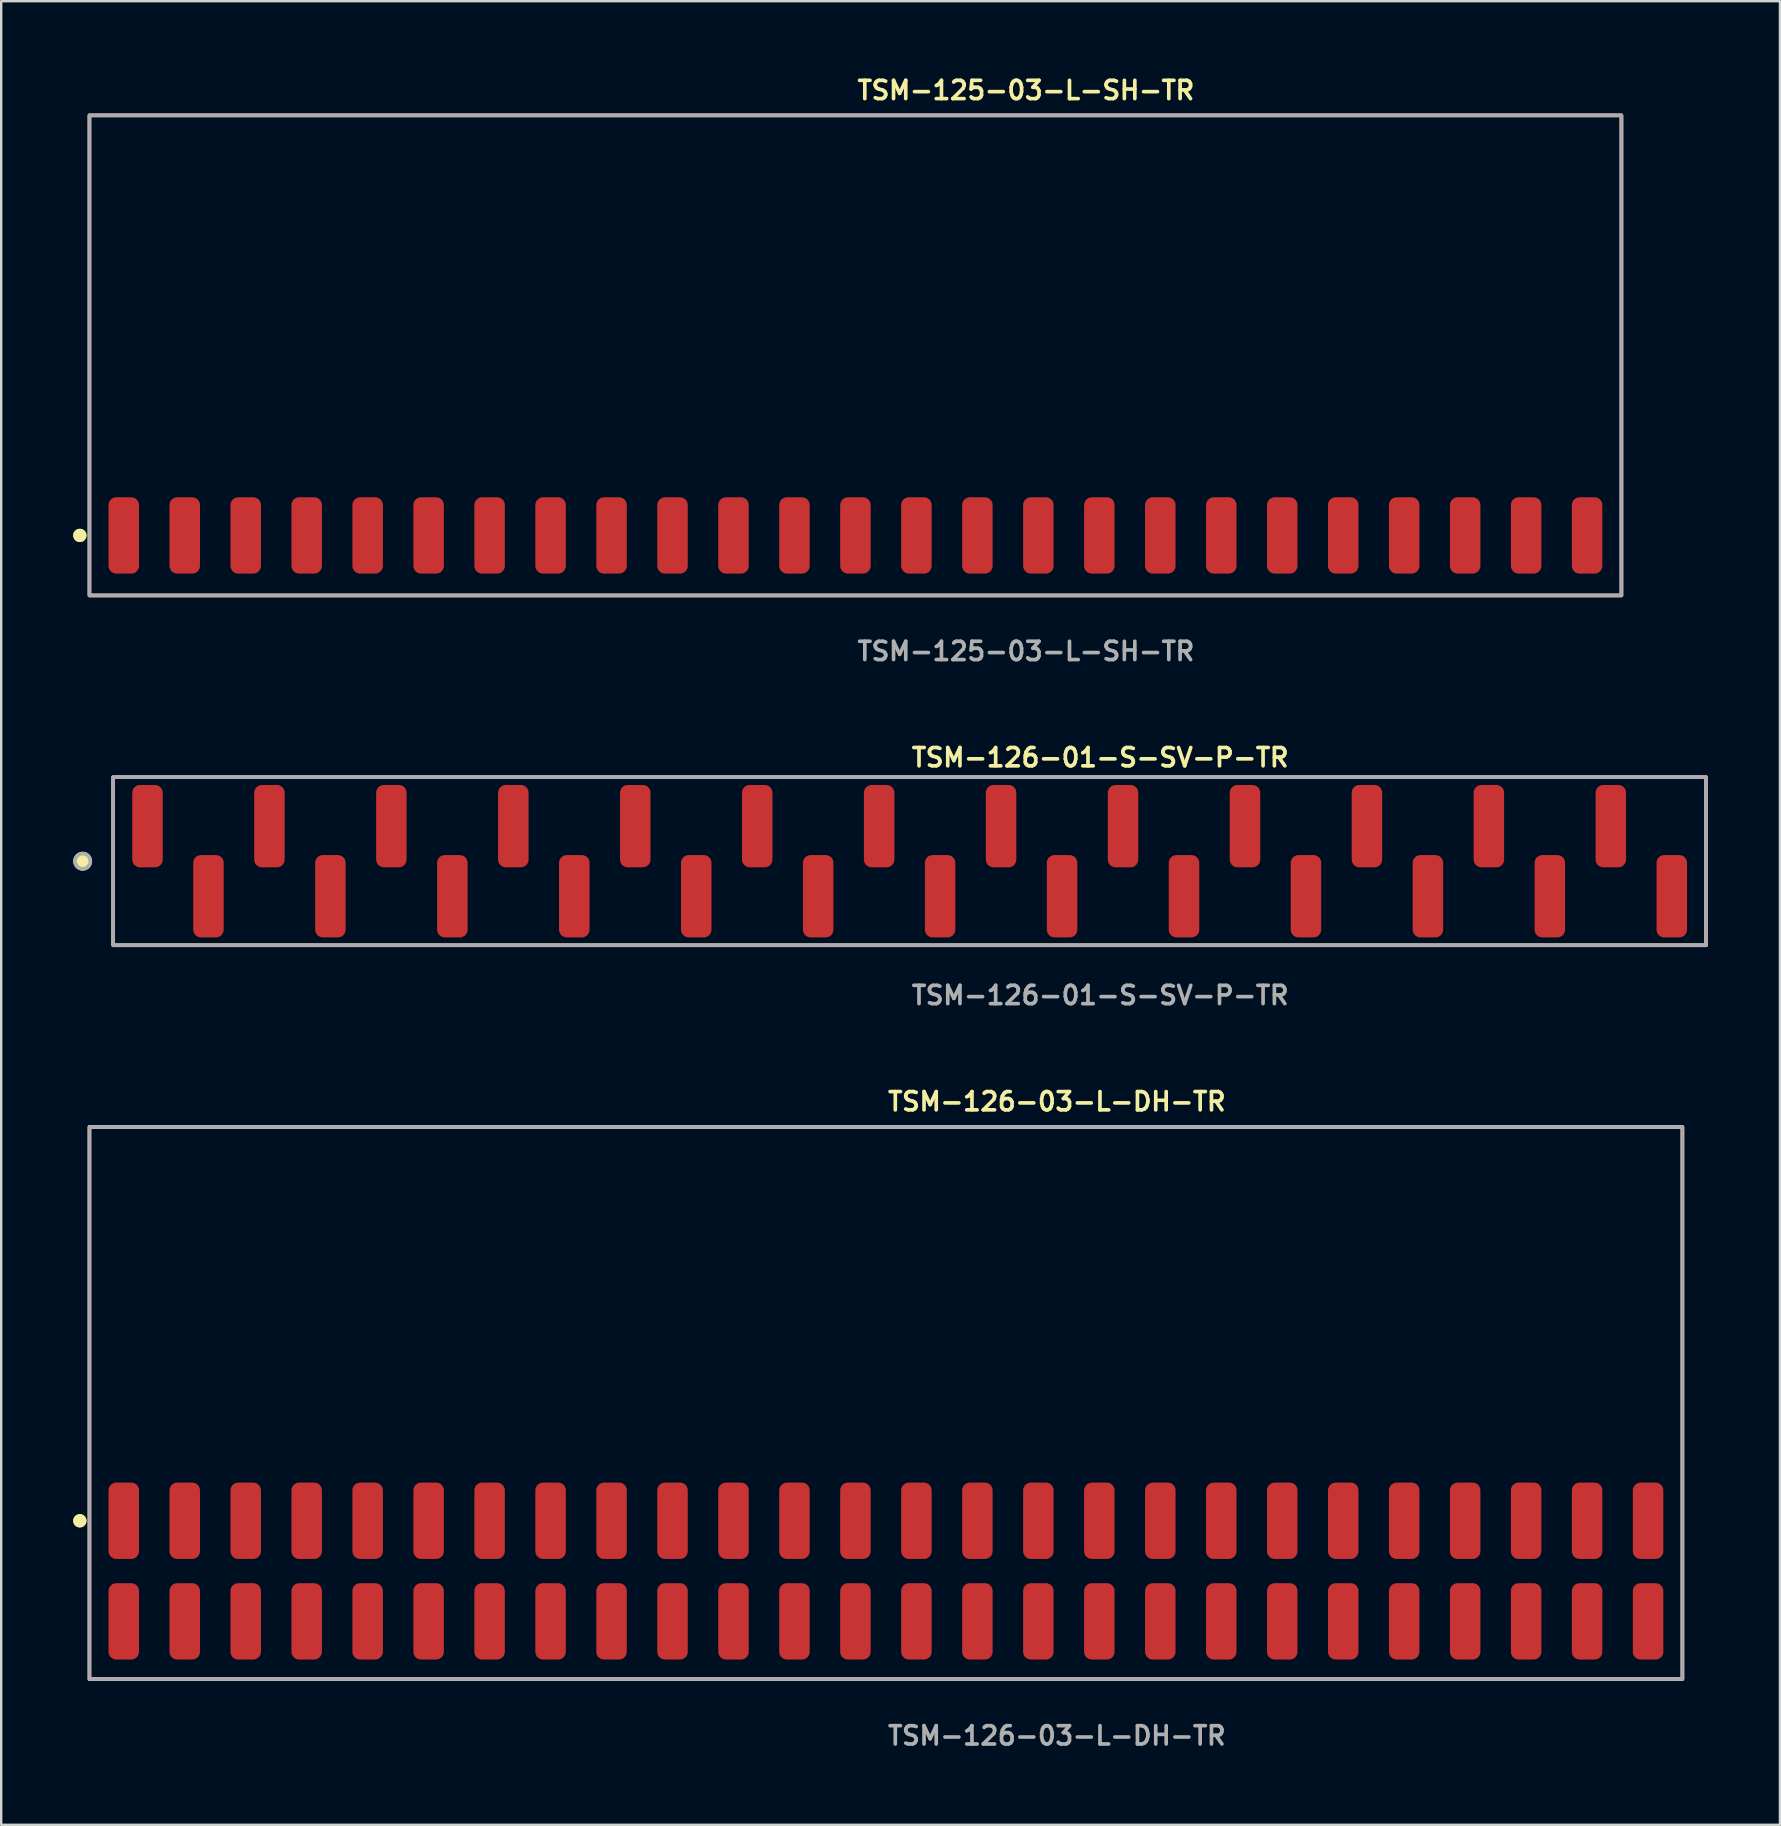
<source format=kicad_pcb>
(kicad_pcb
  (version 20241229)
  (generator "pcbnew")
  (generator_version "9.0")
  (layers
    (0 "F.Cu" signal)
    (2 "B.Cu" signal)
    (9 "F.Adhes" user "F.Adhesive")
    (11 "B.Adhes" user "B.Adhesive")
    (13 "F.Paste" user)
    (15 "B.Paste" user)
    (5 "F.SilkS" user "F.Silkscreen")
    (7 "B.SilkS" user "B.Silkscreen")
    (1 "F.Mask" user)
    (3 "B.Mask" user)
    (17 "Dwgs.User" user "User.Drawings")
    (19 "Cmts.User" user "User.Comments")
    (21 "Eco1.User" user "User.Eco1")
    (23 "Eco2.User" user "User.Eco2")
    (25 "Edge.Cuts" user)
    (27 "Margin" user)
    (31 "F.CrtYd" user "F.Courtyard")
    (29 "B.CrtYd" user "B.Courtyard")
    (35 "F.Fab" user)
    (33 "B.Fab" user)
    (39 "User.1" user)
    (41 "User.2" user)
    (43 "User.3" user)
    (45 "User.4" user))
  (footprint "TSM-125-03-L-SH-TR"
    (layer "F.Cu")
    (at 32.586 19.255)
    (property "Reference" "TSM-125-03-L-SH-TR" (at 0 -18.542 0) (unlocked yes) (layer "F.SilkS") (effects (font (size 0.762 0.762) (thickness 0.152)) (justify left)))
    (fp_rect (start -31.91 2.5) (end 31.91 -17.5) (stroke (width 0.152) (type solid)) (fill no) (layer "F.SilkS"))
    (fp_circle (center -32.31 0) (end -32.51 0) (stroke (width 0.152) (type solid)) (fill yes) (layer "F.SilkS"))
    (fp_circle (center -32.31 0) (end -32.51 0) (stroke (width 0.152) (type solid)) (fill yes) (layer "F.SilkS"))
    (fp_rect (start -31.91 2.5) (end 31.91 -17.5) (stroke (width 0.006) (type solid)) (fill no) (layer "F.CrtYd"))
    (fp_rect (start -31.91 2.5) (end 31.91 -17.5) (stroke (width 0.152) (type solid)) (fill no) (layer "F.Fab"))
    (fp_text user "${REFERENCE}" (at 0 4.826 0) (unlocked yes) (layer "F.Fab") (effects (font (size 0.762 0.762) (thickness 0.152)) (justify left)))
    (pad "1" smd roundrect (at -30.48 0) (size 1.27 3.18) (layers "F.Cu" "F.Paste") (roundrect_rratio 0.25))
    (pad "2" smd roundrect (at -27.94 0) (size 1.27 3.18) (layers "F.Cu" "F.Paste") (roundrect_rratio 0.25))
    (pad "3" smd roundrect (at -25.4 0) (size 1.27 3.18) (layers "F.Cu" "F.Paste") (roundrect_rratio 0.25))
    (pad "4" smd roundrect (at -22.86 0) (size 1.27 3.18) (layers "F.Cu" "F.Paste") (roundrect_rratio 0.25))
    (pad "5" smd roundrect (at -20.32 0) (size 1.27 3.18) (layers "F.Cu" "F.Paste") (roundrect_rratio 0.25))
    (pad "6" smd roundrect (at -17.78 0) (size 1.27 3.18) (layers "F.Cu" "F.Paste") (roundrect_rratio 0.25))
    (pad "7" smd roundrect (at -15.24 0) (size 1.27 3.18) (layers "F.Cu" "F.Paste") (roundrect_rratio 0.25))
    (pad "8" smd roundrect (at -12.7 0) (size 1.27 3.18) (layers "F.Cu" "F.Paste") (roundrect_rratio 0.25))
    (pad "9" smd roundrect (at -10.16 0) (size 1.27 3.18) (layers "F.Cu" "F.Paste") (roundrect_rratio 0.25))
    (pad "10" smd roundrect (at -7.62 0) (size 1.27 3.18) (layers "F.Cu" "F.Paste") (roundrect_rratio 0.25))
    (pad "11" smd roundrect (at -5.08 0) (size 1.27 3.18) (layers "F.Cu" "F.Paste") (roundrect_rratio 0.25))
    (pad "12" smd roundrect (at -2.54 0) (size 1.27 3.18) (layers "F.Cu" "F.Paste") (roundrect_rratio 0.25))
    (pad "13" smd roundrect (at 0 0) (size 1.27 3.18) (layers "F.Cu" "F.Paste") (roundrect_rratio 0.25))
    (pad "14" smd roundrect (at 2.54 0) (size 1.27 3.18) (layers "F.Cu" "F.Paste") (roundrect_rratio 0.25))
    (pad "15" smd roundrect (at 5.08 0) (size 1.27 3.18) (layers "F.Cu" "F.Paste") (roundrect_rratio 0.25))
    (pad "16" smd roundrect (at 7.62 0) (size 1.27 3.18) (layers "F.Cu" "F.Paste") (roundrect_rratio 0.25))
    (pad "17" smd roundrect (at 10.16 0) (size 1.27 3.18) (layers "F.Cu" "F.Paste") (roundrect_rratio 0.25))
    (pad "18" smd roundrect (at 12.7 0) (size 1.27 3.18) (layers "F.Cu" "F.Paste") (roundrect_rratio 0.25))
    (pad "19" smd roundrect (at 15.24 0) (size 1.27 3.18) (layers "F.Cu" "F.Paste") (roundrect_rratio 0.25))
    (pad "20" smd roundrect (at 17.78 0) (size 1.27 3.18) (layers "F.Cu" "F.Paste") (roundrect_rratio 0.25))
    (pad "21" smd roundrect (at 20.32 0) (size 1.27 3.18) (layers "F.Cu" "F.Paste") (roundrect_rratio 0.25))
    (pad "22" smd roundrect (at 22.86 0) (size 1.27 3.18) (layers "F.Cu" "F.Paste") (roundrect_rratio 0.25))
    (pad "23" smd roundrect (at 25.4 0) (size 1.27 3.18) (layers "F.Cu" "F.Paste") (roundrect_rratio 0.25))
    (pad "24" smd roundrect (at 27.94 0) (size 1.27 3.18) (layers "F.Cu" "F.Paste") (roundrect_rratio 0.25))
    (pad "25" smd roundrect (at 30.48 0) (size 1.27 3.18) (layers "F.Cu" "F.Paste") (roundrect_rratio 0.25)))
  (footprint "TSM-126-03-L-DH-TR"
    (layer "F.Cu")
    (at 33.856 62.398)
    (property "Reference" "TSM-126-03-L-DH-TR" (at 0 -19.558 0) (unlocked yes) (layer "F.SilkS") (effects (font (size 0.762 0.762) (thickness 0.152)) (justify left)))
    (fp_rect (start -33.18 4.5) (end 33.18 -18.5) (stroke (width 0.152) (type solid)) (fill no) (layer "F.SilkS"))
    (fp_circle (center -33.58 -2.095) (end -33.78 -2.095) (stroke (width 0.152) (type solid)) (fill yes) (layer "F.SilkS"))
    (fp_circle (center -33.58 -2.095) (end -33.78 -2.095) (stroke (width 0.152) (type solid)) (fill yes) (layer "F.SilkS"))
    (fp_rect (start -33.18 4.5) (end 33.18 -18.5) (stroke (width 0.006) (type solid)) (fill no) (layer "F.CrtYd"))
    (fp_rect (start -33.18 4.5) (end 33.18 -18.5) (stroke (width 0.152) (type solid)) (fill no) (layer "F.Fab"))
    (fp_text user "${REFERENCE}" (at 0 6.858 0) (unlocked yes) (layer "F.Fab") (effects (font (size 0.762 0.762) (thickness 0.152)) (justify left)))
    (pad "1" smd roundrect (at -31.75 2.095) (size 1.27 3.18) (layers "F.Cu" "F.Paste") (roundrect_rratio 0.25))
    (pad "2" smd roundrect (at -31.75 -2.095) (size 1.27 3.18) (layers "F.Cu" "F.Paste") (roundrect_rratio 0.25))
    (pad "3" smd roundrect (at -29.21 2.095) (size 1.27 3.18) (layers "F.Cu" "F.Paste") (roundrect_rratio 0.25))
    (pad "4" smd roundrect (at -29.21 -2.095) (size 1.27 3.18) (layers "F.Cu" "F.Paste") (roundrect_rratio 0.25))
    (pad "5" smd roundrect (at -26.67 2.095) (size 1.27 3.18) (layers "F.Cu" "F.Paste") (roundrect_rratio 0.25))
    (pad "6" smd roundrect (at -26.67 -2.095) (size 1.27 3.18) (layers "F.Cu" "F.Paste") (roundrect_rratio 0.25))
    (pad "7" smd roundrect (at -24.13 2.095) (size 1.27 3.18) (layers "F.Cu" "F.Paste") (roundrect_rratio 0.25))
    (pad "8" smd roundrect (at -24.13 -2.095) (size 1.27 3.18) (layers "F.Cu" "F.Paste") (roundrect_rratio 0.25))
    (pad "9" smd roundrect (at -21.59 2.095) (size 1.27 3.18) (layers "F.Cu" "F.Paste") (roundrect_rratio 0.25))
    (pad "10" smd roundrect (at -21.59 -2.095) (size 1.27 3.18) (layers "F.Cu" "F.Paste") (roundrect_rratio 0.25))
    (pad "11" smd roundrect (at -19.05 2.095) (size 1.27 3.18) (layers "F.Cu" "F.Paste") (roundrect_rratio 0.25))
    (pad "12" smd roundrect (at -19.05 -2.095) (size 1.27 3.18) (layers "F.Cu" "F.Paste") (roundrect_rratio 0.25))
    (pad "13" smd roundrect (at -16.51 2.095) (size 1.27 3.18) (layers "F.Cu" "F.Paste") (roundrect_rratio 0.25))
    (pad "14" smd roundrect (at -16.51 -2.095) (size 1.27 3.18) (layers "F.Cu" "F.Paste") (roundrect_rratio 0.25))
    (pad "15" smd roundrect (at -13.97 2.095) (size 1.27 3.18) (layers "F.Cu" "F.Paste") (roundrect_rratio 0.25))
    (pad "16" smd roundrect (at -13.97 -2.095) (size 1.27 3.18) (layers "F.Cu" "F.Paste") (roundrect_rratio 0.25))
    (pad "17" smd roundrect (at -11.43 2.095) (size 1.27 3.18) (layers "F.Cu" "F.Paste") (roundrect_rratio 0.25))
    (pad "18" smd roundrect (at -11.43 -2.095) (size 1.27 3.18) (layers "F.Cu" "F.Paste") (roundrect_rratio 0.25))
    (pad "19" smd roundrect (at -8.89 2.095) (size 1.27 3.18) (layers "F.Cu" "F.Paste") (roundrect_rratio 0.25))
    (pad "20" smd roundrect (at -8.89 -2.095) (size 1.27 3.18) (layers "F.Cu" "F.Paste") (roundrect_rratio 0.25))
    (pad "21" smd roundrect (at -6.35 2.095) (size 1.27 3.18) (layers "F.Cu" "F.Paste") (roundrect_rratio 0.25))
    (pad "22" smd roundrect (at -6.35 -2.095) (size 1.27 3.18) (layers "F.Cu" "F.Paste") (roundrect_rratio 0.25))
    (pad "23" smd roundrect (at -3.81 2.095) (size 1.27 3.18) (layers "F.Cu" "F.Paste") (roundrect_rratio 0.25))
    (pad "24" smd roundrect (at -3.81 -2.095) (size 1.27 3.18) (layers "F.Cu" "F.Paste") (roundrect_rratio 0.25))
    (pad "25" smd roundrect (at -1.27 2.095) (size 1.27 3.18) (layers "F.Cu" "F.Paste") (roundrect_rratio 0.25))
    (pad "26" smd roundrect (at -1.27 -2.095) (size 1.27 3.18) (layers "F.Cu" "F.Paste") (roundrect_rratio 0.25))
    (pad "27" smd roundrect (at 1.27 2.095) (size 1.27 3.18) (layers "F.Cu" "F.Paste") (roundrect_rratio 0.25))
    (pad "28" smd roundrect (at 1.27 -2.095) (size 1.27 3.18) (layers "F.Cu" "F.Paste") (roundrect_rratio 0.25))
    (pad "29" smd roundrect (at 3.81 2.095) (size 1.27 3.18) (layers "F.Cu" "F.Paste") (roundrect_rratio 0.25))
    (pad "30" smd roundrect (at 3.81 -2.095) (size 1.27 3.18) (layers "F.Cu" "F.Paste") (roundrect_rratio 0.25))
    (pad "31" smd roundrect (at 6.35 2.095) (size 1.27 3.18) (layers "F.Cu" "F.Paste") (roundrect_rratio 0.25))
    (pad "32" smd roundrect (at 6.35 -2.095) (size 1.27 3.18) (layers "F.Cu" "F.Paste") (roundrect_rratio 0.25))
    (pad "33" smd roundrect (at 8.89 2.095) (size 1.27 3.18) (layers "F.Cu" "F.Paste") (roundrect_rratio 0.25))
    (pad "34" smd roundrect (at 8.89 -2.095) (size 1.27 3.18) (layers "F.Cu" "F.Paste") (roundrect_rratio 0.25))
    (pad "35" smd roundrect (at 11.43 2.095) (size 1.27 3.18) (layers "F.Cu" "F.Paste") (roundrect_rratio 0.25))
    (pad "36" smd roundrect (at 11.43 -2.095) (size 1.27 3.18) (layers "F.Cu" "F.Paste") (roundrect_rratio 0.25))
    (pad "37" smd roundrect (at 13.97 2.095) (size 1.27 3.18) (layers "F.Cu" "F.Paste") (roundrect_rratio 0.25))
    (pad "38" smd roundrect (at 13.97 -2.095) (size 1.27 3.18) (layers "F.Cu" "F.Paste") (roundrect_rratio 0.25))
    (pad "39" smd roundrect (at 16.51 2.095) (size 1.27 3.18) (layers "F.Cu" "F.Paste") (roundrect_rratio 0.25))
    (pad "40" smd roundrect (at 16.51 -2.095) (size 1.27 3.18) (layers "F.Cu" "F.Paste") (roundrect_rratio 0.25))
    (pad "41" smd roundrect (at 19.05 2.095) (size 1.27 3.18) (layers "F.Cu" "F.Paste") (roundrect_rratio 0.25))
    (pad "42" smd roundrect (at 19.05 -2.095) (size 1.27 3.18) (layers "F.Cu" "F.Paste") (roundrect_rratio 0.25))
    (pad "43" smd roundrect (at 21.59 2.095) (size 1.27 3.18) (layers "F.Cu" "F.Paste") (roundrect_rratio 0.25))
    (pad "44" smd roundrect (at 21.59 -2.095) (size 1.27 3.18) (layers "F.Cu" "F.Paste") (roundrect_rratio 0.25))
    (pad "45" smd roundrect (at 24.13 2.095) (size 1.27 3.18) (layers "F.Cu" "F.Paste") (roundrect_rratio 0.25))
    (pad "46" smd roundrect (at 24.13 -2.095) (size 1.27 3.18) (layers "F.Cu" "F.Paste") (roundrect_rratio 0.25))
    (pad "47" smd roundrect (at 26.67 2.095) (size 1.27 3.18) (layers "F.Cu" "F.Paste") (roundrect_rratio 0.25))
    (pad "48" smd roundrect (at 26.67 -2.095) (size 1.27 3.18) (layers "F.Cu" "F.Paste") (roundrect_rratio 0.25))
    (pad "49" smd roundrect (at 29.21 2.095) (size 1.27 3.18) (layers "F.Cu" "F.Paste") (roundrect_rratio 0.25))
    (pad "50" smd roundrect (at 29.21 -2.095) (size 1.27 3.18) (layers "F.Cu" "F.Paste") (roundrect_rratio 0.25))
    (pad "51" smd roundrect (at 31.75 2.095) (size 1.27 3.18) (layers "F.Cu" "F.Paste") (roundrect_rratio 0.25))
    (pad "52" smd roundrect (at 31.75 -2.095) (size 1.27 3.18) (layers "F.Cu" "F.Paste") (roundrect_rratio 0.25)))
  (footprint "TSM-126-01-S-SV-P-TR"
    (layer "F.Cu")
    (at 34.844 32.826)
    (property "Reference" "TSM-126-01-S-SV-P-TR" (at 0 -4.318 0) (unlocked yes) (layer "F.SilkS") (effects (font (size 0.762 0.762) (thickness 0.152)) (justify left)))
    (fp_rect (start -33.18 3.5) (end 33.18 -3.5) (stroke (width 0.152) (type solid)) (fill no) (layer "F.SilkS"))
    (fp_circle (center -34.45 0) (end -34.767 0) (stroke (width 0.152) (type solid)) (fill yes) (layer "F.SilkS"))
    (fp_rect (start -33.18 3.5) (end 33.18 -3.5) (stroke (width 0.006) (type solid)) (fill no) (layer "F.CrtYd"))
    (fp_rect (start -33.18 3.5) (end 33.18 -3.5) (stroke (width 0.152) (type solid)) (fill no) (layer "F.Fab"))
    (fp_circle (center -34.45 0) (end -34.767 0) (stroke (width 0.152) (type solid)) (fill no) (layer "F.Fab"))
    (fp_text user "${REFERENCE}" (at 0 5.588 0) (unlocked yes) (layer "F.Fab") (effects (font (size 0.762 0.762) (thickness 0.152)) (justify left)))
    (pad "1" smd roundrect (at -31.75 -1.46) (size 1.27 3.43) (layers "F.Cu" "F.Paste") (roundrect_rratio 0.25))
    (pad "2" smd roundrect (at -29.21 1.46) (size 1.27 3.43) (layers "F.Cu" "F.Paste") (roundrect_rratio 0.25))
    (pad "3" smd roundrect (at -26.67 -1.46) (size 1.27 3.43) (layers "F.Cu" "F.Paste") (roundrect_rratio 0.25))
    (pad "4" smd roundrect (at -24.13 1.46) (size 1.27 3.43) (layers "F.Cu" "F.Paste") (roundrect_rratio 0.25))
    (pad "5" smd roundrect (at -21.59 -1.46) (size 1.27 3.43) (layers "F.Cu" "F.Paste") (roundrect_rratio 0.25))
    (pad "6" smd roundrect (at -19.05 1.46) (size 1.27 3.43) (layers "F.Cu" "F.Paste") (roundrect_rratio 0.25))
    (pad "7" smd roundrect (at -16.51 -1.46) (size 1.27 3.43) (layers "F.Cu" "F.Paste") (roundrect_rratio 0.25))
    (pad "8" smd roundrect (at -13.97 1.46) (size 1.27 3.43) (layers "F.Cu" "F.Paste") (roundrect_rratio 0.25))
    (pad "9" smd roundrect (at -11.43 -1.46) (size 1.27 3.43) (layers "F.Cu" "F.Paste") (roundrect_rratio 0.25))
    (pad "10" smd roundrect (at -8.89 1.46) (size 1.27 3.43) (layers "F.Cu" "F.Paste") (roundrect_rratio 0.25))
    (pad "11" smd roundrect (at -6.35 -1.46) (size 1.27 3.43) (layers "F.Cu" "F.Paste") (roundrect_rratio 0.25))
    (pad "12" smd roundrect (at -3.81 1.46) (size 1.27 3.43) (layers "F.Cu" "F.Paste") (roundrect_rratio 0.25))
    (pad "13" smd roundrect (at -1.27 -1.46) (size 1.27 3.43) (layers "F.Cu" "F.Paste") (roundrect_rratio 0.25))
    (pad "14" smd roundrect (at 1.27 1.46) (size 1.27 3.43) (layers "F.Cu" "F.Paste") (roundrect_rratio 0.25))
    (pad "15" smd roundrect (at 3.81 -1.46) (size 1.27 3.43) (layers "F.Cu" "F.Paste") (roundrect_rratio 0.25))
    (pad "16" smd roundrect (at 6.35 1.46) (size 1.27 3.43) (layers "F.Cu" "F.Paste") (roundrect_rratio 0.25))
    (pad "17" smd roundrect (at 8.89 -1.46) (size 1.27 3.43) (layers "F.Cu" "F.Paste") (roundrect_rratio 0.25))
    (pad "18" smd roundrect (at 11.43 1.46) (size 1.27 3.43) (layers "F.Cu" "F.Paste") (roundrect_rratio 0.25))
    (pad "19" smd roundrect (at 13.97 -1.46) (size 1.27 3.43) (layers "F.Cu" "F.Paste") (roundrect_rratio 0.25))
    (pad "20" smd roundrect (at 16.51 1.46) (size 1.27 3.43) (layers "F.Cu" "F.Paste") (roundrect_rratio 0.25))
    (pad "21" smd roundrect (at 19.05 -1.46) (size 1.27 3.43) (layers "F.Cu" "F.Paste") (roundrect_rratio 0.25))
    (pad "22" smd roundrect (at 21.59 1.46) (size 1.27 3.43) (layers "F.Cu" "F.Paste") (roundrect_rratio 0.25))
    (pad "23" smd roundrect (at 24.13 -1.46) (size 1.27 3.43) (layers "F.Cu" "F.Paste") (roundrect_rratio 0.25))
    (pad "24" smd roundrect (at 26.67 1.46) (size 1.27 3.43) (layers "F.Cu" "F.Paste") (roundrect_rratio 0.25))
    (pad "25" smd roundrect (at 29.21 -1.46) (size 1.27 3.43) (layers "F.Cu" "F.Paste") (roundrect_rratio 0.25))
    (pad "26" smd roundrect (at 31.75 1.46) (size 1.27 3.43) (layers "F.Cu" "F.Paste") (roundrect_rratio 0.25)))
  (gr_rect
    (start -3 -3)
    (end 71.1 72.969)
    (stroke (width 0.1) (type default))
    (fill no)
    (layer "Edge.Cuts")))
</source>
